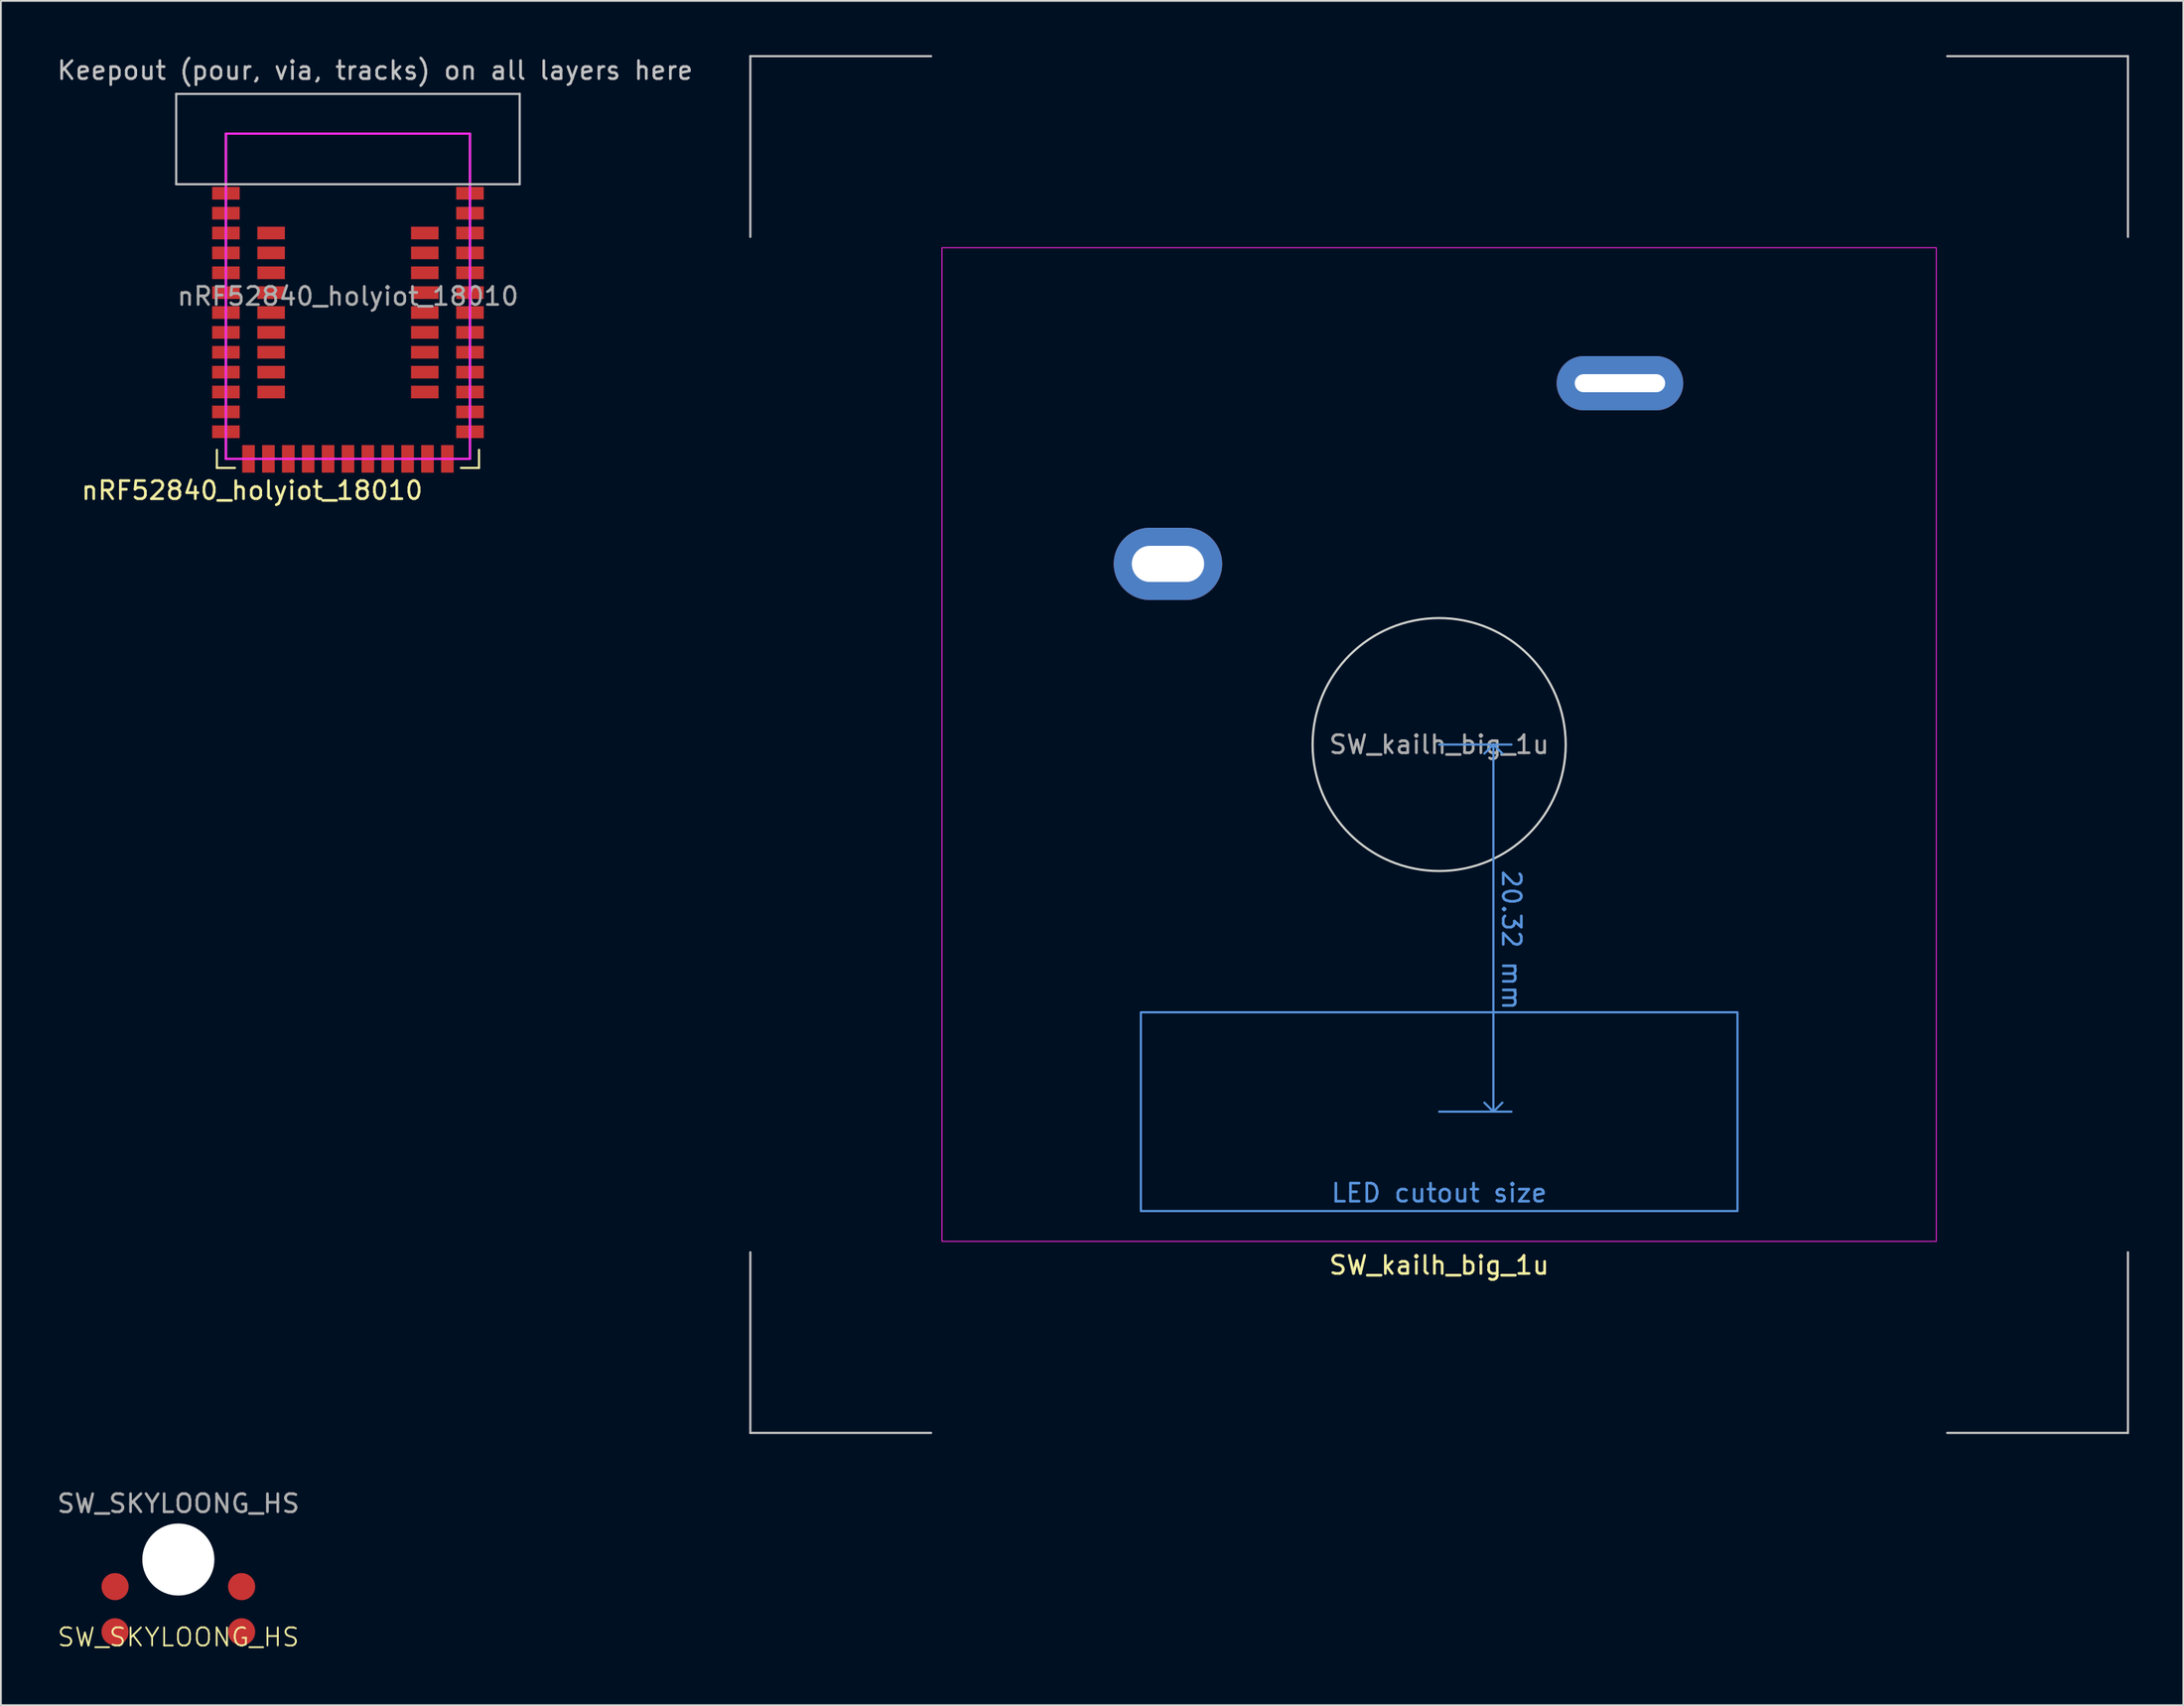
<source format=kicad_pcb>
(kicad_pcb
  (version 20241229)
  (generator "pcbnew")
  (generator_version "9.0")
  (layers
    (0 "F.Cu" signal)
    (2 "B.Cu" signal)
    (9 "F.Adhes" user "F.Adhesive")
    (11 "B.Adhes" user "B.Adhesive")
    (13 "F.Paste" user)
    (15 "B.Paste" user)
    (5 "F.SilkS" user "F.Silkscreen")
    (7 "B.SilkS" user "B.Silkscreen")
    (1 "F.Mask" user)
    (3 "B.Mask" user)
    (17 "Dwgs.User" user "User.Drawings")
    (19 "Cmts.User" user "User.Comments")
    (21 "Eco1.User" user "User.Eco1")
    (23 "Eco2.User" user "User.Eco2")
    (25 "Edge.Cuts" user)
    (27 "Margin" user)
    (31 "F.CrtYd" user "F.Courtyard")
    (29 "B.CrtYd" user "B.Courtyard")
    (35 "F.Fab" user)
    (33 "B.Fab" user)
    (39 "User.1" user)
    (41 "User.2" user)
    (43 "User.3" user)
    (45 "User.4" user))
  (footprint "SW_SKYLOONG_HS"
    (layer "F.Cu")
    (at 6.815 83.268)
    (property "Reference" "SW_SKYLOONG_HS" (at 0 4.3 0) (unlocked yes) (layer "F.SilkS") (effects (font (size 1 1) (thickness 0.1))))
    (attr smd)
    (fp_text user "${REFERENCE}" (at 0 -3.1 0) (unlocked yes) (layer "F.Fab") (effects (font (size 1 1) (thickness 0.15))))
    (pad "" np_thru_hole circle (at 0 0 180) (size 3.988 3.988) (drill 3.988) (layers "*.Cu" "*.Mask"))
    (pad "A" smd circle (at 3.5 4) (size 1.5 1.5) (layers "F.Cu" "F.Mask" "F.Paste"))
    (pad "B" smd circle (at 3.5 1.5) (size 1.5 1.5) (layers "F.Cu" "F.Mask" "F.Paste"))
    (pad "C" smd circle (at -3.5 1.5) (size 1.5 1.5) (layers "F.Cu" "F.Mask" "F.Paste"))
    (pad "S" smd circle (at -3.5 4) (size 1.5 1.5) (layers "F.Cu" "F.Mask" "F.Paste")))
  (footprint "SW_kailh_big_1u"
    (layer "F.Cu")
    (at 76.553 38.16)
    (property "Reference" "SW_kailh_big_1u" (at 0 28.82 0) (layer "F.SilkS") (effects (font (size 1 1) (thickness 0.15))))
    (attr through_hole exclude_from_pos_files exclude_from_bom)
    (fp_line (start -38.1 -38.1) (end -38.1 -28.1) (stroke (width 0.12) (type solid)) (layer "Dwgs.User"))
    (fp_line (start -38.1 -38.1) (end -28.1 -38.1) (stroke (width 0.12) (type solid)) (layer "Dwgs.User"))
    (fp_line (start -38.1 28.1) (end -38.1 38.1) (stroke (width 0.12) (type solid)) (layer "Dwgs.User"))
    (fp_line (start -38.1 38.1) (end -28.1 38.1) (stroke (width 0.12) (type solid)) (layer "Dwgs.User"))
    (fp_line (start 28.1 38.1) (end 38.1 38.1) (stroke (width 0.12) (type solid)) (layer "Dwgs.User"))
    (fp_line (start 38.1 -38.1) (end 28.1 -38.1) (stroke (width 0.12) (type solid)) (layer "Dwgs.User"))
    (fp_line (start 38.1 -38.1) (end 38.1 -28.1) (stroke (width 0.12) (type solid)) (layer "Dwgs.User"))
    (fp_line (start 38.1 38.1) (end 38.1 28.1) (stroke (width 0.12) (type solid)) (layer "Dwgs.User"))
    (fp_line (start 0 0) (end 4 0) (stroke (width 0.12) (type solid)) (layer "Cmts.User"))
    (fp_line (start 0 20.32) (end 4 20.32) (stroke (width 0.12) (type solid)) (layer "Cmts.User"))
    (fp_line (start 3 0) (end 2.5 0.5) (stroke (width 0.12) (type solid)) (layer "Cmts.User"))
    (fp_line (start 3 0) (end 3 20.32) (stroke (width 0.12) (type solid)) (layer "Cmts.User"))
    (fp_line (start 3 0) (end 3.5 0.5) (stroke (width 0.12) (type solid)) (layer "Cmts.User"))
    (fp_line (start 3 20.32) (end 2.5 19.82) (stroke (width 0.12) (type solid)) (layer "Cmts.User"))
    (fp_line (start 3 20.32) (end 3.5 19.82) (stroke (width 0.12) (type solid)) (layer "Cmts.User"))
    (fp_rect (start -16.5 14.82) (end 16.5 25.82) (stroke (width 0.12) (type solid)) (fill no) (layer "Cmts.User"))
    (fp_line (start -28 -25) (end -28 25) (stroke (width 0.12) (type solid)) (layer "Eco2.User"))
    (fp_line (start -25 28) (end 25 28) (stroke (width 0.12) (type solid)) (layer "Eco2.User"))
    (fp_line (start 25 -28) (end -25 -28) (stroke (width 0.12) (type solid)) (layer "Eco2.User"))
    (fp_line (start 28 25) (end 28 -25) (stroke (width 0.12) (type solid)) (layer "Eco2.User"))
    (fp_arc (start -28 -25) (mid -27.12132 -27.12132) (end -25 -28) (stroke (width 0.12) (type solid)) (layer "Eco2.User"))
    (fp_arc (start -25 28) (mid -27.12132 27.12132) (end -28 25) (stroke (width 0.12) (type solid)) (layer "Eco2.User"))
    (fp_arc (start 25 -28) (mid 27.12132 -27.12132) (end 28 -25) (stroke (width 0.12) (type solid)) (layer "Eco2.User"))
    (fp_arc (start 28 25) (mid 27.12132 27.12132) (end 25 28) (stroke (width 0.12) (type solid)) (layer "Eco2.User"))
    (fp_circle (center 0 0) (end 7 0) (stroke (width 0.12) (type solid)) (fill no) (layer "Edge.Cuts"))
    (fp_rect (start -27.5 -27.5) (end 27.5 27.5) (stroke (width 0.05) (type solid)) (fill no) (layer "F.CrtYd"))
    (fp_text user "20.32 mm" (at 4 10.82 270) (unlocked yes) (layer "Cmts.User") (effects (font (size 1 1) (thickness 0.15))))
    (fp_text user "LED cutout size" (at 0 24.82 0) (unlocked yes) (layer "Cmts.User") (effects (font (size 1 1) (thickness 0.15))))
    (fp_text user "${REFERENCE}" (at 0 0 0) (layer "F.Fab") (effects (font (size 1 1) (thickness 0.15))))
    (pad "1" thru_hole oval (at -15 -10) (size 6 4) (drill oval 4 2) (layers "*.Cu" "*.Mask"))
    (pad "2" thru_hole oval (at 10 -20) (size 7 3) (drill oval 5 1) (layers "*.Cu" "*.Mask")))
  (footprint "nRF52840_holyiot_18010"
    (layer "F.Cu")
    (at 16.196 13.348)
    (property "Reference" "nRF52840_holyiot_18010" (at -5.3 10.75 0) (layer "F.SilkS") (effects (font (size 1 1) (thickness 0.15))))
    (attr smd)
    (fp_line (start -7.25 8.5) (end -7.25 9.5) (stroke (width 0.12) (type solid)) (layer "F.SilkS"))
    (fp_line (start -6.25 9.5) (end -7.25 9.5) (stroke (width 0.12) (type solid)) (layer "F.SilkS"))
    (fp_line (start 6.25 9.5) (end 7.25 9.5) (stroke (width 0.12) (type solid)) (layer "F.SilkS"))
    (fp_line (start 7.25 8.5) (end 7.25 9.5) (stroke (width 0.12) (type solid)) (layer "F.SilkS"))
    (fp_line (start -9.5 -11.2) (end 9.5 -11.2) (stroke (width 0.12) (type solid)) (layer "Dwgs.User"))
    (fp_line (start -9.5 -6.2) (end -9.5 -11.2) (stroke (width 0.12) (type solid)) (layer "Dwgs.User"))
    (fp_line (start 9.5 -11.2) (end 9.5 -6.2) (stroke (width 0.12) (type solid)) (layer "Dwgs.User"))
    (fp_line (start 9.5 -6.2) (end -9.5 -6.2) (stroke (width 0.12) (type solid)) (layer "Dwgs.User"))
    (fp_line (start -6.75 -9) (end 6.75 -9) (stroke (width 0.12) (type solid)) (layer "F.CrtYd"))
    (fp_line (start -6.75 9) (end -6.75 -9) (stroke (width 0.12) (type solid)) (layer "F.CrtYd"))
    (fp_line (start 6.75 -9) (end 6.75 9) (stroke (width 0.12) (type solid)) (layer "F.CrtYd"))
    (fp_line (start 6.75 9) (end -6.75 9) (stroke (width 0.12) (type solid)) (layer "F.CrtYd"))
    (fp_line (start -6.75 -9) (end 6.75 -9) (stroke (width 0.12) (type solid)) (layer "F.Fab"))
    (fp_line (start -6.75 9) (end -6.75 -9) (stroke (width 0.12) (type solid)) (layer "F.Fab"))
    (fp_line (start 6.75 -9) (end 6.75 9) (stroke (width 0.12) (type solid)) (layer "F.Fab"))
    (fp_line (start 6.75 9) (end -6.75 9) (stroke (width 0.12) (type solid)) (layer "F.Fab"))
    (fp_text user "Keepout (pour, via, tracks) on all layers here" (at 1.5 -12.5 0) (layer "Dwgs.User") (effects (font (size 1 1) (thickness 0.15))))
    (fp_text user "${REFERENCE}" (at 0 0 0) (layer "F.Fab") (effects (font (size 1 1) (thickness 0.15))))
    (pad "1" smd rect (at -6.75 -5.7) (size 1.524 0.7) (layers "F.Cu" "F.Mask" "F.Paste"))
    (pad "2" smd rect (at -6.75 -4.6) (size 1.524 0.7) (layers "F.Cu" "F.Mask" "F.Paste"))
    (pad "3" smd rect (at -6.75 -3.5) (size 1.524 0.7) (layers "F.Cu" "F.Mask" "F.Paste"))
    (pad "4" smd rect (at -6.75 -2.4) (size 1.524 0.7) (layers "F.Cu" "F.Mask" "F.Paste"))
    (pad "5" smd rect (at -6.75 -1.3) (size 1.524 0.7) (layers "F.Cu" "F.Mask" "F.Paste"))
    (pad "6" smd rect (at -6.75 -0.2) (size 1.524 0.7) (layers "F.Cu" "F.Mask" "F.Paste"))
    (pad "7" smd rect (at -6.75 0.9) (size 1.524 0.7) (layers "F.Cu" "F.Mask" "F.Paste"))
    (pad "8" smd rect (at -6.75 2) (size 1.524 0.7) (layers "F.Cu" "F.Mask" "F.Paste"))
    (pad "9" smd rect (at -6.75 3.1) (size 1.524 0.7) (layers "F.Cu" "F.Mask" "F.Paste"))
    (pad "10" smd rect (at -6.75 4.2) (size 1.524 0.7) (layers "F.Cu" "F.Mask" "F.Paste"))
    (pad "11" smd rect (at -6.75 5.3) (size 1.524 0.7) (layers "F.Cu" "F.Mask" "F.Paste"))
    (pad "12" smd rect (at -6.75 6.4) (size 1.524 0.7) (layers "F.Cu" "F.Mask" "F.Paste"))
    (pad "13" smd rect (at -6.75 7.5) (size 1.524 0.7) (layers "F.Cu" "F.Mask" "F.Paste"))
    (pad "14" smd rect (at -5.5 9 90) (size 1.524 0.7) (layers "F.Cu" "F.Mask" "F.Paste"))
    (pad "15" smd rect (at -4.4 9 90) (size 1.524 0.7) (layers "F.Cu" "F.Mask" "F.Paste"))
    (pad "16" smd rect (at -3.3 9 90) (size 1.524 0.7) (layers "F.Cu" "F.Mask" "F.Paste"))
    (pad "17" smd rect (at -2.2 9 90) (size 1.524 0.7) (layers "F.Cu" "F.Mask" "F.Paste"))
    (pad "18" smd rect (at -1.1 9 90) (size 1.524 0.7) (layers "F.Cu" "F.Mask" "F.Paste"))
    (pad "19" smd rect (at 0 9 90) (size 1.524 0.7) (layers "F.Cu" "F.Mask" "F.Paste"))
    (pad "20" smd rect (at 1.1 9 90) (size 1.524 0.7) (layers "F.Cu" "F.Mask" "F.Paste"))
    (pad "21" smd rect (at 2.2 9 90) (size 1.524 0.7) (layers "F.Cu" "F.Mask" "F.Paste"))
    (pad "22" smd rect (at 3.3 9 90) (size 1.524 0.7) (layers "F.Cu" "F.Mask" "F.Paste"))
    (pad "23" smd rect (at 4.4 9 90) (size 1.524 0.7) (layers "F.Cu" "F.Mask" "F.Paste"))
    (pad "24" smd rect (at 5.5 9 90) (size 1.524 0.7) (layers "F.Cu" "F.Mask" "F.Paste"))
    (pad "25" smd rect (at 6.75 7.5 180) (size 1.524 0.7) (layers "F.Cu" "F.Mask" "F.Paste"))
    (pad "26" smd rect (at 6.75 6.4 180) (size 1.524 0.7) (layers "F.Cu" "F.Mask" "F.Paste"))
    (pad "27" smd rect (at 6.75 5.3 180) (size 1.524 0.7) (layers "F.Cu" "F.Mask" "F.Paste"))
    (pad "28" smd rect (at 6.75 4.2 180) (size 1.524 0.7) (layers "F.Cu" "F.Mask" "F.Paste"))
    (pad "29" smd rect (at 6.75 3.1 180) (size 1.524 0.7) (layers "F.Cu" "F.Mask" "F.Paste"))
    (pad "30" smd rect (at 6.75 2 180) (size 1.524 0.7) (layers "F.Cu" "F.Mask" "F.Paste"))
    (pad "31" smd rect (at 6.75 0.9 180) (size 1.524 0.7) (layers "F.Cu" "F.Mask" "F.Paste"))
    (pad "32" smd rect (at 6.75 -0.2 180) (size 1.524 0.7) (layers "F.Cu" "F.Mask" "F.Paste"))
    (pad "33" smd rect (at 6.75 -1.3 180) (size 1.524 0.7) (layers "F.Cu" "F.Mask" "F.Paste"))
    (pad "34" smd rect (at 6.75 -2.4 180) (size 1.524 0.7) (layers "F.Cu" "F.Mask" "F.Paste"))
    (pad "35" smd rect (at 6.75 -3.5 180) (size 1.524 0.7) (layers "F.Cu" "F.Mask" "F.Paste"))
    (pad "36" smd rect (at 6.75 -4.6 180) (size 1.524 0.7) (layers "F.Cu" "F.Mask" "F.Paste"))
    (pad "37" smd rect (at 6.75 -5.7 180) (size 1.524 0.7) (layers "F.Cu" "F.Mask" "F.Paste"))
    (pad "38" smd rect (at -4.25 -3.5 180) (size 1.524 0.7) (layers "F.Cu" "F.Mask" "F.Paste"))
    (pad "39" smd rect (at -4.25 -2.4 180) (size 1.524 0.7) (layers "F.Cu" "F.Mask" "F.Paste"))
    (pad "40" smd rect (at -4.25 -1.3 180) (size 1.524 0.7) (layers "F.Cu" "F.Mask" "F.Paste"))
    (pad "41" smd rect (at -4.25 -0.2 180) (size 1.524 0.7) (layers "F.Cu" "F.Mask" "F.Paste"))
    (pad "42" smd rect (at -4.25 0.9 180) (size 1.524 0.7) (layers "F.Cu" "F.Mask" "F.Paste"))
    (pad "43" smd rect (at -4.25 2 180) (size 1.524 0.7) (layers "F.Cu" "F.Mask" "F.Paste"))
    (pad "44" smd rect (at -4.25 3.1 180) (size 1.524 0.7) (layers "F.Cu" "F.Mask" "F.Paste"))
    (pad "45" smd rect (at -4.25 4.2 180) (size 1.524 0.7) (layers "F.Cu" "F.Mask" "F.Paste"))
    (pad "46" smd rect (at -4.25 5.3 180) (size 1.524 0.7) (layers "F.Cu" "F.Mask" "F.Paste"))
    (pad "47" smd rect (at 4.25 -3.5 180) (size 1.524 0.7) (layers "F.Cu" "F.Mask" "F.Paste"))
    (pad "48" smd rect (at 4.25 -2.4 180) (size 1.524 0.7) (layers "F.Cu" "F.Mask" "F.Paste"))
    (pad "49" smd rect (at 4.25 -1.3 180) (size 1.524 0.7) (layers "F.Cu" "F.Mask" "F.Paste"))
    (pad "50" smd rect (at 4.25 -0.2 180) (size 1.524 0.7) (layers "F.Cu" "F.Mask" "F.Paste"))
    (pad "51" smd rect (at 4.25 0.9 180) (size 1.524 0.7) (layers "F.Cu" "F.Mask" "F.Paste"))
    (pad "52" smd rect (at 4.25 2 180) (size 1.524 0.7) (layers "F.Cu" "F.Mask" "F.Paste"))
    (pad "53" smd rect (at 4.25 3.1 180) (size 1.524 0.7) (layers "F.Cu" "F.Mask" "F.Paste"))
    (pad "54" smd rect (at 4.25 4.2 180) (size 1.524 0.7) (layers "F.Cu" "F.Mask" "F.Paste"))
    (pad "55" smd rect (at 4.25 5.3 180) (size 1.524 0.7) (layers "F.Cu" "F.Mask" "F.Paste"))
    (zone (net_name "") (layers "F.Cu" "B.Cu") (hatch edge 0.5) (connect_pads) (min_thickness 0.25) (filled_areas_thickness no) (keepout (tracks not_allowed) (vias not_allowed) (pads not_allowed) (copperpour not_allowed) (footprints not_allowed)) (placement (enabled no)) (fill) (polygon (pts (xy 6.696 7.148) (xy 6.696 2.148) (xy 25.696 2.148) (xy 25.696 7.148)))))
  (gr_rect
    (start -3 -3)
    (end 117.713 91.329)
    (stroke (width 0.1) (type default))
    (fill no)
    (layer "Edge.Cuts")))
</source>
